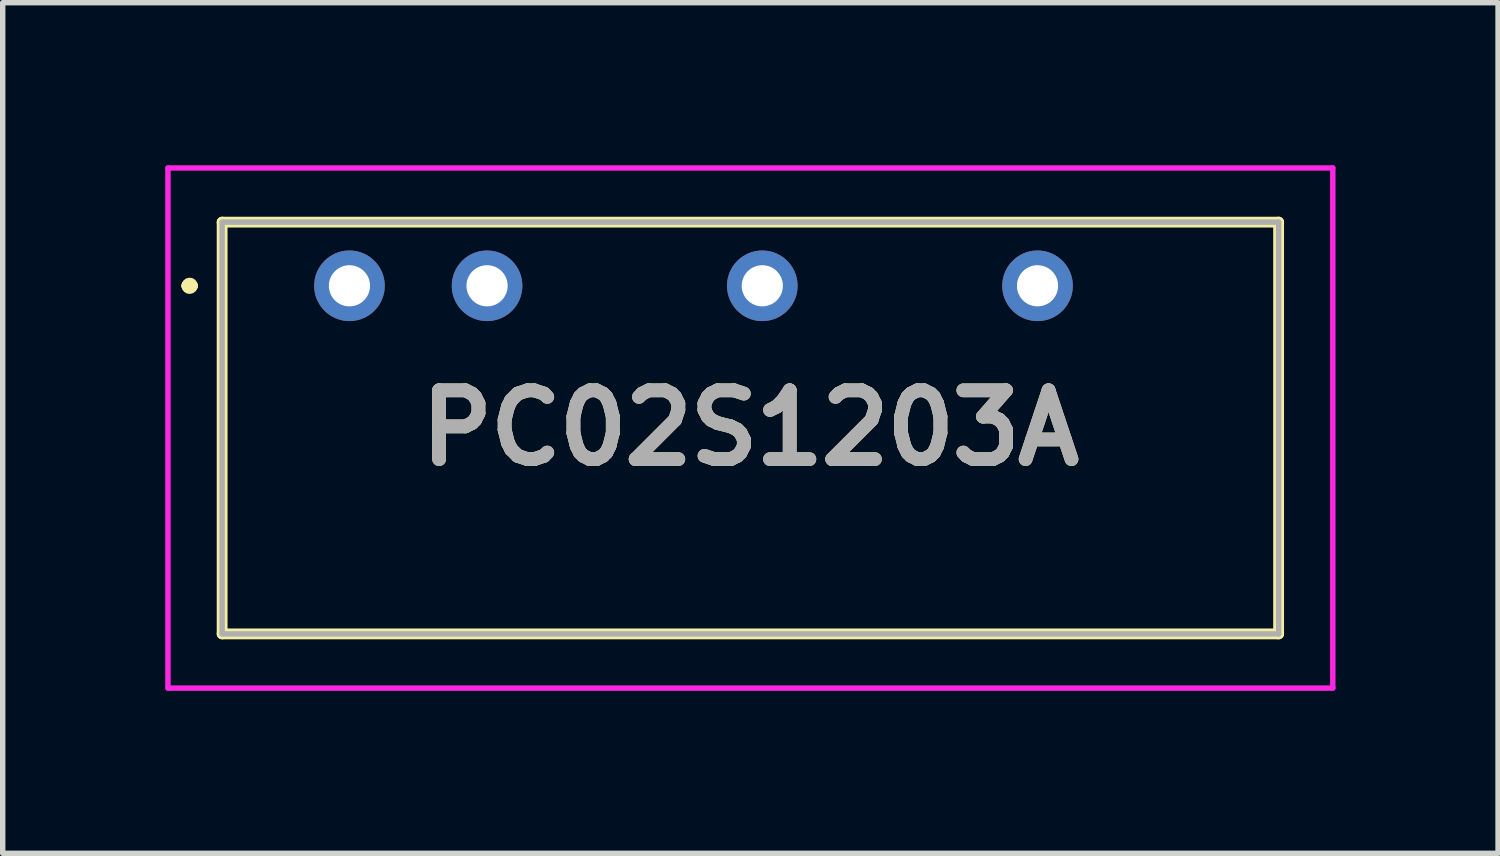
<source format=kicad_pcb>
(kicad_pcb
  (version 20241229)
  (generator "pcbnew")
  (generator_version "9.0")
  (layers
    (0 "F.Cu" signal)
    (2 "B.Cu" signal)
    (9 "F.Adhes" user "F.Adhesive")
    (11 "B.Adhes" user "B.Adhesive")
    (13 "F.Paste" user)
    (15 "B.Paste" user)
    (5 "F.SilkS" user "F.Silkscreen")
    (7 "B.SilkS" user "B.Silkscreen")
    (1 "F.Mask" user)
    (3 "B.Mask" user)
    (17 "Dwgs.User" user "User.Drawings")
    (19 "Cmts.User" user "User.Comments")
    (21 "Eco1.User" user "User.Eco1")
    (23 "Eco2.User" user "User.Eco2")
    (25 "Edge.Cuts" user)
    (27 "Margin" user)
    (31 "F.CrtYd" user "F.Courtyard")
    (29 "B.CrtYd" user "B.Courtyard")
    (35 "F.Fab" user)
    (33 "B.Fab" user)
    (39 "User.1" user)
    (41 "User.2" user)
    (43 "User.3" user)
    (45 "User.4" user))
  (footprint "PC02S1203A"
    (layer "F.Cu")
    (at 3.4 2.225)
    (property "Reference" "PC02S1203A" (at 7.4 2.625 0) (layer "F.SilkS") (effects (font (size 1.27 1.27) (thickness 0.254))))
    (attr through_hole)
    (fp_line (start -3 0) (end -3 0) (stroke (width 0.2) (type solid)) (layer "F.SilkS"))
    (fp_line (start -3 0) (end -2.9 0) (stroke (width 0.2) (type solid)) (layer "F.SilkS"))
    (fp_line (start -2.9 0) (end -2.9 0) (stroke (width 0.2) (type solid)) (layer "F.SilkS"))
    (fp_line (start -2.35 -1.175) (end -2.35 6.425) (stroke (width 0.2) (type solid)) (layer "F.SilkS"))
    (fp_line (start -2.35 6.425) (end 17.15 6.425) (stroke (width 0.2) (type solid)) (layer "F.SilkS"))
    (fp_line (start 17.15 -1.175) (end -2.35 -1.175) (stroke (width 0.2) (type solid)) (layer "F.SilkS"))
    (fp_line (start 17.15 6.425) (end 17.15 -1.175) (stroke (width 0.2) (type solid)) (layer "F.SilkS"))
    (fp_arc (start -3 0) (mid -2.95 -0.05) (end -2.9 0) (stroke (width 0.2) (type solid)) (layer "F.SilkS"))
    (fp_arc (start -2.9 0) (mid -2.95 0.05) (end -3 0) (stroke (width 0.2) (type solid)) (layer "F.SilkS"))
    (fp_line (start -3.35 -2.175) (end -3.35 7.425) (stroke (width 0.1) (type solid)) (layer "F.CrtYd"))
    (fp_line (start -3.35 7.425) (end 18.15 7.425) (stroke (width 0.1) (type solid)) (layer "F.CrtYd"))
    (fp_line (start 18.15 -2.175) (end -3.35 -2.175) (stroke (width 0.1) (type solid)) (layer "F.CrtYd"))
    (fp_line (start 18.15 7.425) (end 18.15 -2.175) (stroke (width 0.1) (type solid)) (layer "F.CrtYd"))
    (fp_line (start -2.35 -1.175) (end 17.15 -1.175) (stroke (width 0.1) (type solid)) (layer "F.Fab"))
    (fp_line (start -2.35 6.425) (end -2.35 -1.175) (stroke (width 0.1) (type solid)) (layer "F.Fab"))
    (fp_line (start 17.15 -1.175) (end 17.15 6.425) (stroke (width 0.1) (type solid)) (layer "F.Fab"))
    (fp_line (start 17.15 6.425) (end -2.35 6.425) (stroke (width 0.1) (type solid)) (layer "F.Fab"))
    (fp_text user "${REFERENCE}" (at 7.4 2.625 0) (layer "F.Fab") (effects (font (size 1.27 1.27) (thickness 0.254))))
    (pad "1" thru_hole circle (at 0 0) (size 1.303 1.303) (drill 0.76) (layers "*.Cu" "*.Mask"))
    (pad "2" thru_hole circle (at 2.54 0) (size 1.303 1.303) (drill 0.76) (layers "*.Cu" "*.Mask"))
    (pad "4" thru_hole circle (at 7.62 0) (size 1.303 1.303) (drill 0.76) (layers "*.Cu" "*.Mask"))
    (pad "6" thru_hole circle (at 12.7 0) (size 1.303 1.303) (drill 0.76) (layers "*.Cu" "*.Mask")))
  (gr_rect
    (start -3 -3)
    (end 24.6 12.7)
    (stroke (width 0.1) (type default))
    (fill no)
    (layer "Edge.Cuts")))
</source>
